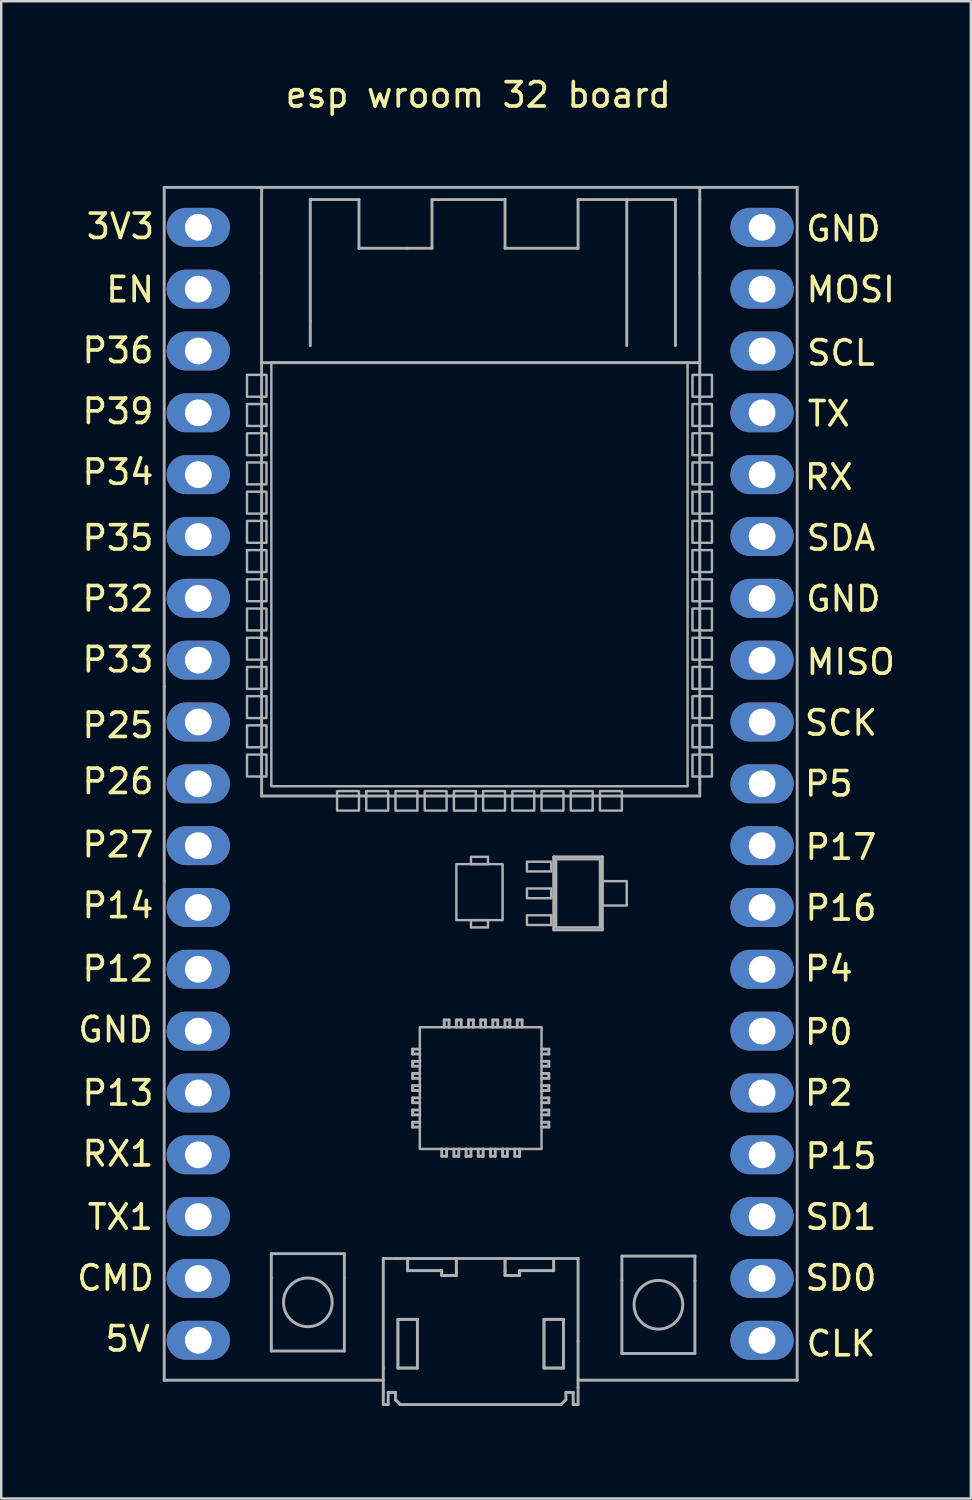
<source format=kicad_pcb>
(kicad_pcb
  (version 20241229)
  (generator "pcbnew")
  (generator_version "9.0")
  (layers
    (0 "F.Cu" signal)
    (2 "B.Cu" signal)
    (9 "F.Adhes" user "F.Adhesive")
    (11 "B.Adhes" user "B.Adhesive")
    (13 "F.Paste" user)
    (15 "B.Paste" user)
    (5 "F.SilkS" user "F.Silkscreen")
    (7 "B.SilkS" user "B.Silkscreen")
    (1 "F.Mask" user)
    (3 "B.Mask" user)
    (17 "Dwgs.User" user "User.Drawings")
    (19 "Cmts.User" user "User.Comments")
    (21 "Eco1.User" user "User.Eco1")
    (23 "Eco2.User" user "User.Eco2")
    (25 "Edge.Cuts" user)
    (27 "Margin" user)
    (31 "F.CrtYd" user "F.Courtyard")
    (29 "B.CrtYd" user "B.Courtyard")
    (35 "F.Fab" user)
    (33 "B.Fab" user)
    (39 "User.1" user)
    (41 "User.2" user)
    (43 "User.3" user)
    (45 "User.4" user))
  (footprint "esp wroom 32 board"
    (layer "F.Cu")
    (at 16.596 28.948)
    (property "Reference" "esp wroom 32 board" (at 0 -28.1 0) (layer "F.SilkS") (effects (font (size 1 1) (thickness 0.15))))
    (attr through_hole)
    (fp_line (start -13.3 -24.6) (end 13.3 -24.6) (stroke (width 0.12) (type solid)) (layer "B.Paste"))
    (fp_line (start -13.3 -24.5) (end -13.3 -24.6) (stroke (width 0.12) (type solid)) (layer "B.Paste"))
    (fp_line (start -13.3 26.5) (end -13.3 -24.5) (stroke (width 0.12) (type solid)) (layer "B.Paste"))
    (fp_line (start 13.3 -24.6) (end 13.4 -24.6) (stroke (width 0.12) (type solid)) (layer "B.Paste"))
    (fp_line (start 13.4 -24.6) (end 13.4 25) (stroke (width 0.12) (type solid)) (layer "B.Paste"))
    (fp_line (start 13.4 25) (end 13.4 25.4) (stroke (width 0.12) (type solid)) (layer "B.Paste"))
    (fp_line (start 13.4 25.4) (end 13.4 25.8) (stroke (width 0.12) (type solid)) (layer "B.Paste"))
    (fp_line (start 13.4 25.8) (end 13.4 26.5) (stroke (width 0.12) (type solid)) (layer "B.Paste"))
    (fp_line (start 13.4 26.5) (end -13.3 26.5) (stroke (width 0.12) (type solid)) (layer "B.Paste"))
    (fp_line (start -12.9 -24.3) (end -12.9 -3.8) (stroke (width 0.12) (type solid)) (layer "F.Fab"))
    (fp_line (start -12.9 -3.8) (end -12.9 4.2) (stroke (width 0.12) (type solid)) (layer "F.Fab"))
    (fp_line (start -12.9 24.7) (end -12.9 4.2) (stroke (width 0.12) (type solid)) (layer "F.Fab"))
    (fp_line (start -12.9 24.7) (end -3.9 24.7) (stroke (width 0.12) (type solid)) (layer "F.Fab"))
    (fp_line (start -8.9 -23.8) (end -8.9 -24.3) (stroke (width 0.12) (type solid)) (layer "F.Fab"))
    (fp_line (start -8.9 -23.8) (end -8.9 -20.8) (stroke (width 0.12) (type solid)) (layer "F.Fab"))
    (fp_line (start -8.9 -20.8) (end -8.9 -0.8) (stroke (width 0.12) (type solid)) (layer "F.Fab"))
    (fp_line (start -8.9 -0.8) (end -8.9 0.7) (stroke (width 0.12) (type solid)) (layer "F.Fab"))
    (fp_line (start -8.9 0.7) (end 9.1 0.7) (stroke (width 0.12) (type solid)) (layer "F.Fab"))
    (fp_line (start -8.5 19.5) (end -8.5 20.5) (stroke (width 0.12) (type solid)) (layer "F.Fab"))
    (fp_line (start -8.5 19.5) (end -5.5 19.5) (stroke (width 0.12) (type solid)) (layer "F.Fab"))
    (fp_line (start -8.5 23.5) (end -8.5 20.5) (stroke (width 0.12) (type solid)) (layer "F.Fab"))
    (fp_line (start -8.4 -17.1) (end -8.9 -17.1) (stroke (width 0.12) (type solid)) (layer "F.Fab"))
    (fp_line (start -8.4 -17.1) (end 9.1 -17.1) (stroke (width 0.12) (type solid)) (layer "F.Fab"))
    (fp_line (start -6.9 -23.8) (end -4.9 -23.8) (stroke (width 0.12) (type solid)) (layer "F.Fab"))
    (fp_line (start -6.9 -18.8) (end -6.9 -23.8) (stroke (width 0.12) (type solid)) (layer "F.Fab"))
    (fp_line (start -6.9 -18.8) (end -6.9 -17.8) (stroke (width 0.12) (type solid)) (layer "F.Fab"))
    (fp_line (start -5.5 19.5) (end -5.5 20.5) (stroke (width 0.12) (type solid)) (layer "F.Fab"))
    (fp_line (start -5.5 20.5) (end -5.5 23.5) (stroke (width 0.12) (type solid)) (layer "F.Fab"))
    (fp_line (start -5.5 23.5) (end -8.5 23.5) (stroke (width 0.12) (type solid)) (layer "F.Fab"))
    (fp_line (start -4.9 -23.8) (end -4.9 -21.8) (stroke (width 0.12) (type solid)) (layer "F.Fab"))
    (fp_line (start -4.9 -21.8) (end -2.9 -21.8) (stroke (width 0.12) (type solid)) (layer "F.Fab"))
    (fp_line (start -3.9 19.7) (end -3.9 24.2) (stroke (width 0.12) (type solid)) (layer "F.Fab"))
    (fp_line (start -3.9 24.2) (end -3.9 25.2) (stroke (width 0.12) (type solid)) (layer "F.Fab"))
    (fp_line (start -3.9 25.7) (end -3.9 25.2) (stroke (width 0.12) (type solid)) (layer "F.Fab"))
    (fp_line (start -3.9 25.7) (end -3.7 25.7) (stroke (width 0.12) (type solid)) (layer "F.Fab"))
    (fp_line (start -3.7 25.2) (end -3.4 25.2) (stroke (width 0.12) (type solid)) (layer "F.Fab"))
    (fp_line (start -3.7 25.7) (end -3.7 25.2) (stroke (width 0.12) (type solid)) (layer "F.Fab"))
    (fp_line (start -3.4 19.7) (end -3.9 19.7) (stroke (width 0.12) (type solid)) (layer "F.Fab"))
    (fp_line (start -3.4 25.2) (end -3.4 25.5) (stroke (width 0.12) (type solid)) (layer "F.Fab"))
    (fp_line (start -3.4 25.5) (end -3.2 25.7) (stroke (width 0.12) (type solid)) (layer "F.Fab"))
    (fp_line (start -3.3 19.7) (end -3.4 19.7) (stroke (width 0.12) (type solid)) (layer "F.Fab"))
    (fp_line (start -3.3 19.7) (end 4.1 19.7) (stroke (width 0.12) (type solid)) (layer "F.Fab"))
    (fp_line (start -3.3 22.2) (end -3.2 22.2) (stroke (width 0.12) (type solid)) (layer "F.Fab"))
    (fp_line (start -3.3 24.2) (end -3.3 22.2) (stroke (width 0.12) (type solid)) (layer "F.Fab"))
    (fp_line (start -3.2 22.2) (end -2.5 22.2) (stroke (width 0.12) (type solid)) (layer "F.Fab"))
    (fp_line (start -2.9 -21.8) (end -1.9 -21.8) (stroke (width 0.12) (type solid)) (layer "F.Fab"))
    (fp_line (start -2.9 19.7) (end -2.9 20.2) (stroke (width 0.12) (type solid)) (layer "F.Fab"))
    (fp_line (start -2.9 20.2) (end -1.5 20.2) (stroke (width 0.12) (type solid)) (layer "F.Fab"))
    (fp_line (start -2.9 25.7) (end -3.2 25.7) (stroke (width 0.12) (type solid)) (layer "F.Fab"))
    (fp_line (start -2.9 25.7) (end 3.4 25.7) (stroke (width 0.12) (type solid)) (layer "F.Fab"))
    (fp_line (start -2.7 11.3) (end -2.7 11.1) (stroke (width 0.12) (type solid)) (layer "F.Fab"))
    (fp_line (start -2.7 11.8) (end -2.7 11.6) (stroke (width 0.12) (type solid)) (layer "F.Fab"))
    (fp_line (start -2.7 12.3) (end -2.7 12.1) (stroke (width 0.12) (type solid)) (layer "F.Fab"))
    (fp_line (start -2.7 12.8) (end -2.7 12.6) (stroke (width 0.12) (type solid)) (layer "F.Fab"))
    (fp_line (start -2.7 13.3) (end -2.7 13.1) (stroke (width 0.12) (type solid)) (layer "F.Fab"))
    (fp_line (start -2.7 13.8) (end -2.7 13.6) (stroke (width 0.12) (type solid)) (layer "F.Fab"))
    (fp_line (start -2.7 14.3) (end -2.7 14.1) (stroke (width 0.12) (type solid)) (layer "F.Fab"))
    (fp_line (start -2.5 22.2) (end -2.5 24.2) (stroke (width 0.12) (type solid)) (layer "F.Fab"))
    (fp_line (start -2.5 24.2) (end -3.3 24.2) (stroke (width 0.12) (type solid)) (layer "F.Fab"))
    (fp_line (start -2.4 11.1) (end -2.7 11.1) (stroke (width 0.12) (type solid)) (layer "F.Fab"))
    (fp_line (start -2.4 11.3) (end -2.7 11.3) (stroke (width 0.12) (type solid)) (layer "F.Fab"))
    (fp_line (start -2.4 11.6) (end -2.7 11.6) (stroke (width 0.12) (type solid)) (layer "F.Fab"))
    (fp_line (start -2.4 11.8) (end -2.7 11.8) (stroke (width 0.12) (type solid)) (layer "F.Fab"))
    (fp_line (start -2.4 12.1) (end -2.7 12.1) (stroke (width 0.12) (type solid)) (layer "F.Fab"))
    (fp_line (start -2.4 12.3) (end -2.7 12.3) (stroke (width 0.12) (type solid)) (layer "F.Fab"))
    (fp_line (start -2.4 12.6) (end -2.7 12.6) (stroke (width 0.12) (type solid)) (layer "F.Fab"))
    (fp_line (start -2.4 12.8) (end -2.7 12.8) (stroke (width 0.12) (type solid)) (layer "F.Fab"))
    (fp_line (start -2.4 13.1) (end -2.7 13.1) (stroke (width 0.12) (type solid)) (layer "F.Fab"))
    (fp_line (start -2.4 13.3) (end -2.7 13.3) (stroke (width 0.12) (type solid)) (layer "F.Fab"))
    (fp_line (start -2.4 13.6) (end -2.7 13.6) (stroke (width 0.12) (type solid)) (layer "F.Fab"))
    (fp_line (start -2.4 13.8) (end -2.7 13.8) (stroke (width 0.12) (type solid)) (layer "F.Fab"))
    (fp_line (start -2.4 14.1) (end -2.7 14.1) (stroke (width 0.12) (type solid)) (layer "F.Fab"))
    (fp_line (start -2.4 14.3) (end -2.7 14.3) (stroke (width 0.12) (type solid)) (layer "F.Fab"))
    (fp_line (start -1.9 -23.8) (end 1.1 -23.8) (stroke (width 0.12) (type solid)) (layer "F.Fab"))
    (fp_line (start -1.9 -21.8) (end -1.9 -23.8) (stroke (width 0.12) (type solid)) (layer "F.Fab"))
    (fp_line (start -1.5 15.2) (end -1.5 15.5) (stroke (width 0.12) (type solid)) (layer "F.Fab"))
    (fp_line (start -1.5 20.2) (end -1.5 20.4) (stroke (width 0.12) (type solid)) (layer "F.Fab"))
    (fp_line (start -1.5 20.4) (end -0.9 20.4) (stroke (width 0.12) (type solid)) (layer "F.Fab"))
    (fp_line (start -1.4 9.9) (end -1.2 9.9) (stroke (width 0.12) (type solid)) (layer "F.Fab"))
    (fp_line (start -1.4 10.2) (end -1.4 9.9) (stroke (width 0.12) (type solid)) (layer "F.Fab"))
    (fp_line (start -1.3 15.2) (end -1.3 15.5) (stroke (width 0.12) (type solid)) (layer "F.Fab"))
    (fp_line (start -1.3 15.5) (end -1.5 15.5) (stroke (width 0.12) (type solid)) (layer "F.Fab"))
    (fp_line (start -1.2 10.2) (end -1.2 9.9) (stroke (width 0.12) (type solid)) (layer "F.Fab"))
    (fp_line (start -1 15.2) (end -1 15.5) (stroke (width 0.12) (type solid)) (layer "F.Fab"))
    (fp_line (start -0.9 9.9) (end -0.7 9.9) (stroke (width 0.12) (type solid)) (layer "F.Fab"))
    (fp_line (start -0.9 10.2) (end -0.9 9.9) (stroke (width 0.12) (type solid)) (layer "F.Fab"))
    (fp_line (start -0.9 20.2) (end -0.9 19.7) (stroke (width 0.12) (type solid)) (layer "F.Fab"))
    (fp_line (start -0.9 20.4) (end -0.9 20.2) (stroke (width 0.12) (type solid)) (layer "F.Fab"))
    (fp_line (start -0.8 15.2) (end -0.8 15.5) (stroke (width 0.12) (type solid)) (layer "F.Fab"))
    (fp_line (start -0.8 15.5) (end -1 15.5) (stroke (width 0.12) (type solid)) (layer "F.Fab"))
    (fp_line (start -0.7 10.2) (end -0.7 9.9) (stroke (width 0.12) (type solid)) (layer "F.Fab"))
    (fp_line (start -0.5 15.2) (end -0.5 15.5) (stroke (width 0.12) (type solid)) (layer "F.Fab"))
    (fp_line (start -0.4 9.9) (end -0.2 9.9) (stroke (width 0.12) (type solid)) (layer "F.Fab"))
    (fp_line (start -0.4 10.2) (end -0.4 9.9) (stroke (width 0.12) (type solid)) (layer "F.Fab"))
    (fp_line (start -0.3 15.2) (end -0.3 15.5) (stroke (width 0.12) (type solid)) (layer "F.Fab"))
    (fp_line (start -0.3 15.5) (end -0.5 15.5) (stroke (width 0.12) (type solid)) (layer "F.Fab"))
    (fp_line (start -0.2 10.2) (end -0.2 9.9) (stroke (width 0.12) (type solid)) (layer "F.Fab"))
    (fp_line (start 0 15.2) (end 0 15.5) (stroke (width 0.12) (type solid)) (layer "F.Fab"))
    (fp_line (start 0.1 9.9) (end 0.3 9.9) (stroke (width 0.12) (type solid)) (layer "F.Fab"))
    (fp_line (start 0.1 10.2) (end 0.1 9.9) (stroke (width 0.12) (type solid)) (layer "F.Fab"))
    (fp_line (start 0.2 15.2) (end 0.2 15.5) (stroke (width 0.12) (type solid)) (layer "F.Fab"))
    (fp_line (start 0.2 15.5) (end 0 15.5) (stroke (width 0.12) (type solid)) (layer "F.Fab"))
    (fp_line (start 0.3 10.2) (end 0.3 9.9) (stroke (width 0.12) (type solid)) (layer "F.Fab"))
    (fp_line (start 0.5 15.2) (end 0.5 15.5) (stroke (width 0.12) (type solid)) (layer "F.Fab"))
    (fp_line (start 0.6 9.9) (end 0.8 9.9) (stroke (width 0.12) (type solid)) (layer "F.Fab"))
    (fp_line (start 0.6 10.2) (end 0.6 9.9) (stroke (width 0.12) (type solid)) (layer "F.Fab"))
    (fp_line (start 0.7 15.2) (end 0.7 15.5) (stroke (width 0.12) (type solid)) (layer "F.Fab"))
    (fp_line (start 0.7 15.5) (end 0.5 15.5) (stroke (width 0.12) (type solid)) (layer "F.Fab"))
    (fp_line (start 0.8 10.2) (end 0.8 9.9) (stroke (width 0.12) (type solid)) (layer "F.Fab"))
    (fp_line (start 1 15.2) (end 1 15.5) (stroke (width 0.12) (type solid)) (layer "F.Fab"))
    (fp_line (start 1.1 -23.8) (end 1.1 -21.8) (stroke (width 0.12) (type solid)) (layer "F.Fab"))
    (fp_line (start 1.1 -21.8) (end 4.1 -21.8) (stroke (width 0.12) (type solid)) (layer "F.Fab"))
    (fp_line (start 1.1 9.9) (end 1.3 9.9) (stroke (width 0.12) (type solid)) (layer "F.Fab"))
    (fp_line (start 1.1 10.2) (end 1.1 9.9) (stroke (width 0.12) (type solid)) (layer "F.Fab"))
    (fp_line (start 1.1 19.7) (end 1.1 20.2) (stroke (width 0.12) (type solid)) (layer "F.Fab"))
    (fp_line (start 1.1 20.2) (end 1.1 20.4) (stroke (width 0.12) (type solid)) (layer "F.Fab"))
    (fp_line (start 1.1 20.4) (end 1.7 20.4) (stroke (width 0.12) (type solid)) (layer "F.Fab"))
    (fp_line (start 1.2 15.2) (end 1.2 15.5) (stroke (width 0.12) (type solid)) (layer "F.Fab"))
    (fp_line (start 1.2 15.5) (end 1 15.5) (stroke (width 0.12) (type solid)) (layer "F.Fab"))
    (fp_line (start 1.3 10.2) (end 1.3 9.9) (stroke (width 0.12) (type solid)) (layer "F.Fab"))
    (fp_line (start 1.5 15.2) (end 1.5 15.5) (stroke (width 0.12) (type solid)) (layer "F.Fab"))
    (fp_line (start 1.6 9.9) (end 1.8 9.9) (stroke (width 0.12) (type solid)) (layer "F.Fab"))
    (fp_line (start 1.6 10.2) (end 1.6 9.9) (stroke (width 0.12) (type solid)) (layer "F.Fab"))
    (fp_line (start 1.7 15.2) (end 1.7 15.5) (stroke (width 0.12) (type solid)) (layer "F.Fab"))
    (fp_line (start 1.7 15.5) (end 1.5 15.5) (stroke (width 0.12) (type solid)) (layer "F.Fab"))
    (fp_line (start 1.7 20.2) (end 3.1 20.2) (stroke (width 0.12) (type solid)) (layer "F.Fab"))
    (fp_line (start 1.7 20.4) (end 1.7 20.2) (stroke (width 0.12) (type solid)) (layer "F.Fab"))
    (fp_line (start 1.8 10.2) (end 1.8 9.9) (stroke (width 0.12) (type solid)) (layer "F.Fab"))
    (fp_line (start 2.6 11.1) (end 2.9 11.1) (stroke (width 0.12) (type solid)) (layer "F.Fab"))
    (fp_line (start 2.6 11.3) (end 2.9 11.3) (stroke (width 0.12) (type solid)) (layer "F.Fab"))
    (fp_line (start 2.6 11.6) (end 2.9 11.6) (stroke (width 0.12) (type solid)) (layer "F.Fab"))
    (fp_line (start 2.6 11.8) (end 2.9 11.8) (stroke (width 0.12) (type solid)) (layer "F.Fab"))
    (fp_line (start 2.6 12.1) (end 2.9 12.1) (stroke (width 0.12) (type solid)) (layer "F.Fab"))
    (fp_line (start 2.6 12.3) (end 2.9 12.3) (stroke (width 0.12) (type solid)) (layer "F.Fab"))
    (fp_line (start 2.6 12.6) (end 2.9 12.6) (stroke (width 0.12) (type solid)) (layer "F.Fab"))
    (fp_line (start 2.6 12.8) (end 2.9 12.8) (stroke (width 0.12) (type solid)) (layer "F.Fab"))
    (fp_line (start 2.6 13.1) (end 2.9 13.1) (stroke (width 0.12) (type solid)) (layer "F.Fab"))
    (fp_line (start 2.6 13.3) (end 2.9 13.3) (stroke (width 0.12) (type solid)) (layer "F.Fab"))
    (fp_line (start 2.6 13.6) (end 2.9 13.6) (stroke (width 0.12) (type solid)) (layer "F.Fab"))
    (fp_line (start 2.6 13.8) (end 2.9 13.8) (stroke (width 0.12) (type solid)) (layer "F.Fab"))
    (fp_line (start 2.6 14.1) (end 2.9 14.1) (stroke (width 0.12) (type solid)) (layer "F.Fab"))
    (fp_line (start 2.6 14.3) (end 2.9 14.3) (stroke (width 0.12) (type solid)) (layer "F.Fab"))
    (fp_line (start 2.7 22.2) (end 2.8 22.2) (stroke (width 0.12) (type solid)) (layer "F.Fab"))
    (fp_line (start 2.7 24.2) (end 2.7 22.2) (stroke (width 0.12) (type solid)) (layer "F.Fab"))
    (fp_line (start 2.8 22.2) (end 3.5 22.2) (stroke (width 0.12) (type solid)) (layer "F.Fab"))
    (fp_line (start 2.9 11.1) (end 2.9 11.3) (stroke (width 0.12) (type solid)) (layer "F.Fab"))
    (fp_line (start 2.9 11.6) (end 2.9 11.8) (stroke (width 0.12) (type solid)) (layer "F.Fab"))
    (fp_line (start 2.9 12.1) (end 2.9 12.3) (stroke (width 0.12) (type solid)) (layer "F.Fab"))
    (fp_line (start 2.9 12.6) (end 2.9 12.8) (stroke (width 0.12) (type solid)) (layer "F.Fab"))
    (fp_line (start 2.9 13.1) (end 2.9 13.3) (stroke (width 0.12) (type solid)) (layer "F.Fab"))
    (fp_line (start 2.9 13.6) (end 2.9 13.8) (stroke (width 0.12) (type solid)) (layer "F.Fab"))
    (fp_line (start 2.9 14.1) (end 2.9 14.3) (stroke (width 0.12) (type solid)) (layer "F.Fab"))
    (fp_line (start 3.1 3.2) (end 5.1 3.2) (stroke (width 0.12) (type solid)) (layer "F.Fab"))
    (fp_line (start 3.1 6.2) (end 3.1 3.2) (stroke (width 0.12) (type solid)) (layer "F.Fab"))
    (fp_line (start 3.1 20.2) (end 3.1 19.7) (stroke (width 0.12) (type solid)) (layer "F.Fab"))
    (fp_line (start 3.5 22.2) (end 3.5 24.2) (stroke (width 0.12) (type solid)) (layer "F.Fab"))
    (fp_line (start 3.5 24.2) (end 2.7 24.2) (stroke (width 0.12) (type solid)) (layer "F.Fab"))
    (fp_line (start 3.6 25.2) (end 3.6 25.5) (stroke (width 0.12) (type solid)) (layer "F.Fab"))
    (fp_line (start 3.6 25.5) (end 3.4 25.7) (stroke (width 0.12) (type solid)) (layer "F.Fab"))
    (fp_line (start 3.9 25.2) (end 3.6 25.2) (stroke (width 0.12) (type solid)) (layer "F.Fab"))
    (fp_line (start 3.9 25.7) (end 3.9 25.2) (stroke (width 0.12) (type solid)) (layer "F.Fab"))
    (fp_line (start 4.1 -23.8) (end 6.1 -23.8) (stroke (width 0.12) (type solid)) (layer "F.Fab"))
    (fp_line (start 4.1 -21.8) (end 4.1 -23.8) (stroke (width 0.12) (type solid)) (layer "F.Fab"))
    (fp_line (start 4.1 19.7) (end 4.1 23.1) (stroke (width 0.12) (type solid)) (layer "F.Fab"))
    (fp_line (start 4.1 23.1) (end 4.1 25) (stroke (width 0.12) (type solid)) (layer "F.Fab"))
    (fp_line (start 4.1 25.7) (end 3.9 25.7) (stroke (width 0.12) (type solid)) (layer "F.Fab"))
    (fp_line (start 4.1 25.7) (end 4.1 25) (stroke (width 0.12) (type solid)) (layer "F.Fab"))
    (fp_line (start 5.1 3.2) (end 5.1 6.2) (stroke (width 0.12) (type solid)) (layer "F.Fab"))
    (fp_line (start 5.1 6.2) (end 3.1 6.2) (stroke (width 0.12) (type solid)) (layer "F.Fab"))
    (fp_line (start 5.9 19.6) (end 5.9 20.6) (stroke (width 0.12) (type solid)) (layer "F.Fab"))
    (fp_line (start 5.9 19.6) (end 8.9 19.6) (stroke (width 0.12) (type solid)) (layer "F.Fab"))
    (fp_line (start 5.9 23.6) (end 5.9 20.6) (stroke (width 0.12) (type solid)) (layer "F.Fab"))
    (fp_line (start 6.1 -23.8) (end 6.1 -17.8) (stroke (width 0.12) (type solid)) (layer "F.Fab"))
    (fp_line (start 6.1 -23.8) (end 8.1 -23.8) (stroke (width 0.12) (type solid)) (layer "F.Fab"))
    (fp_line (start 8.1 -23.8) (end 8.1 -17.8) (stroke (width 0.12) (type solid)) (layer "F.Fab"))
    (fp_line (start 8.9 19.6) (end 8.9 20.6) (stroke (width 0.12) (type solid)) (layer "F.Fab"))
    (fp_line (start 8.9 20.6) (end 8.9 23.6) (stroke (width 0.12) (type solid)) (layer "F.Fab"))
    (fp_line (start 8.9 23.6) (end 5.9 23.6) (stroke (width 0.12) (type solid)) (layer "F.Fab"))
    (fp_line (start 9.1 -24.3) (end 9.1 -23.8) (stroke (width 0.12) (type solid)) (layer "F.Fab"))
    (fp_line (start 9.1 -23.8) (end 9.1 -20.8) (stroke (width 0.12) (type solid)) (layer "F.Fab"))
    (fp_line (start 9.1 -20.8) (end 9.1 0.2) (stroke (width 0.12) (type solid)) (layer "F.Fab"))
    (fp_line (start 9.1 0.2) (end 9.1 0.7) (stroke (width 0.12) (type solid)) (layer "F.Fab"))
    (fp_line (start 13.1 -24.3) (end -12.9 -24.3) (stroke (width 0.12) (type solid)) (layer "F.Fab"))
    (fp_line (start 13.1 24.7) (end 4.1 24.7) (stroke (width 0.12) (type solid)) (layer "F.Fab"))
    (fp_line (start 13.1 24.7) (end 13.1 -24.3) (stroke (width 0.12) (type solid)) (layer "F.Fab"))
    (fp_circle (center -7 21.5) (end -7 22.5) (stroke (width 0.12) (type solid)) (fill no) (layer "F.Fab"))
    (fp_circle (center 7.4 21.6) (end 7.4 22.6) (stroke (width 0.12) (type solid)) (fill no) (layer "F.Fab"))
    (fp_poly (pts (xy -8.7 -15.7) (xy -9.5 -15.7) (xy -9.5 -16.6) (xy -8.7 -16.6)) (stroke (width 0.1) (type solid)) (fill no) (layer "F.Fab"))
    (fp_poly (pts (xy -8.7 -14.5) (xy -9.5 -14.5) (xy -9.5 -15.4) (xy -8.7 -15.4)) (stroke (width 0.1) (type solid)) (fill no) (layer "F.Fab"))
    (fp_poly (pts (xy -8.7 -13.3) (xy -9.5 -13.3) (xy -9.5 -14.2) (xy -8.7 -14.2)) (stroke (width 0.1) (type solid)) (fill no) (layer "F.Fab"))
    (fp_poly (pts (xy -8.7 -12.1) (xy -9.5 -12.1) (xy -9.5 -13) (xy -8.7 -13)) (stroke (width 0.1) (type solid)) (fill no) (layer "F.Fab"))
    (fp_poly (pts (xy -8.7 -10.9) (xy -9.5 -10.9) (xy -9.5 -11.8) (xy -8.7 -11.8)) (stroke (width 0.1) (type solid)) (fill no) (layer "F.Fab"))
    (fp_poly (pts (xy -8.7 -9.7) (xy -9.5 -9.7) (xy -9.5 -10.6) (xy -8.7 -10.6)) (stroke (width 0.1) (type solid)) (fill no) (layer "F.Fab"))
    (fp_poly (pts (xy -8.7 -8.5) (xy -9.5 -8.5) (xy -9.5 -9.4) (xy -8.7 -9.4)) (stroke (width 0.1) (type solid)) (fill no) (layer "F.Fab"))
    (fp_poly (pts (xy -8.7 -7.3) (xy -9.5 -7.3) (xy -9.5 -8.2) (xy -8.7 -8.2)) (stroke (width 0.1) (type solid)) (fill no) (layer "F.Fab"))
    (fp_poly (pts (xy -8.7 -6.1) (xy -9.5 -6.1) (xy -9.5 -7) (xy -8.7 -7)) (stroke (width 0.1) (type solid)) (fill no) (layer "F.Fab"))
    (fp_poly (pts (xy -8.7 -4.9) (xy -9.5 -4.9) (xy -9.5 -5.8) (xy -8.7 -5.8)) (stroke (width 0.1) (type solid)) (fill no) (layer "F.Fab"))
    (fp_poly (pts (xy -8.7 -3.7) (xy -9.5 -3.7) (xy -9.5 -4.6) (xy -8.7 -4.6)) (stroke (width 0.1) (type solid)) (fill no) (layer "F.Fab"))
    (fp_poly (pts (xy -8.7 -2.5) (xy -9.5 -2.5) (xy -9.5 -3.4) (xy -8.7 -3.4)) (stroke (width 0.1) (type solid)) (fill no) (layer "F.Fab"))
    (fp_poly (pts (xy -8.7 -1.3) (xy -9.5 -1.3) (xy -9.5 -2.2) (xy -8.7 -2.2)) (stroke (width 0.1) (type solid)) (fill no) (layer "F.Fab"))
    (fp_poly (pts (xy -8.7 -0.1) (xy -9.5 -0.1) (xy -9.5 -1) (xy -8.7 -1)) (stroke (width 0.1) (type solid)) (fill no) (layer "F.Fab"))
    (fp_poly (pts (xy -4.9 0.5) (xy -4.9 1.3) (xy -5.8 1.3) (xy -5.8 0.5)) (stroke (width 0.1) (type solid)) (fill no) (layer "F.Fab"))
    (fp_poly (pts (xy -3.7 0.5) (xy -3.7 1.3) (xy -4.6 1.3) (xy -4.6 0.5)) (stroke (width 0.1) (type solid)) (fill no) (layer "F.Fab"))
    (fp_poly (pts (xy -2.5 0.5) (xy -2.5 1.3) (xy -3.4 1.3) (xy -3.4 0.5)) (stroke (width 0.1) (type solid)) (fill no) (layer "F.Fab"))
    (fp_poly (pts (xy -2.5 24.2) (xy -3.3 24.2) (xy -3.3 22.2) (xy -2.5 22.2)) (stroke (width 0.1) (type solid)) (fill no) (layer "F.Fab"))
    (fp_poly (pts (xy -1.3 0.5) (xy -1.3 1.3) (xy -2.2 1.3) (xy -2.2 0.5)) (stroke (width 0.1) (type solid)) (fill no) (layer "F.Fab"))
    (fp_poly (pts (xy -0.1 0.5) (xy -0.1 1.3) (xy -1 1.3) (xy -1 0.5)) (stroke (width 0.1) (type solid)) (fill no) (layer "F.Fab"))
    (fp_poly (pts (xy 0.4 3.5) (xy -0.3 3.5) (xy -0.3 3.2) (xy 0.4 3.2)) (stroke (width 0.1) (type solid)) (fill no) (layer "F.Fab"))
    (fp_poly (pts (xy 0.4 6.1) (xy -0.3 6.1) (xy -0.3 5.8) (xy 0.4 5.8)) (stroke (width 0.1) (type solid)) (fill no) (layer "F.Fab"))
    (fp_poly (pts (xy 1 5.8) (xy -0.9 5.8) (xy -0.9 3.5) (xy 1 3.5)) (stroke (width 0.1) (type solid)) (fill no) (layer "F.Fab"))
    (fp_poly (pts (xy 1.1 0.5) (xy 1.1 1.3) (xy 0.2 1.3) (xy 0.2 0.5)) (stroke (width 0.1) (type solid)) (fill no) (layer "F.Fab"))
    (fp_poly (pts (xy 2.3 0.5) (xy 2.3 1.3) (xy 1.4 1.3) (xy 1.4 0.5)) (stroke (width 0.1) (type solid)) (fill no) (layer "F.Fab"))
    (fp_poly (pts (xy 2.6 15.2) (xy -2.4 15.2) (xy -2.4 10.2) (xy 2.6 10.2)) (stroke (width 0.1) (type solid)) (fill no) (layer "F.Fab"))
    (fp_poly (pts (xy 3 3.8) (xy 2 3.8) (xy 2 3.4) (xy 3 3.4)) (stroke (width 0.1) (type solid)) (fill no) (layer "F.Fab"))
    (fp_poly (pts (xy 3 4.9) (xy 2 4.9) (xy 2 4.5) (xy 3 4.5)) (stroke (width 0.1) (type solid)) (fill no) (layer "F.Fab"))
    (fp_poly (pts (xy 3 6) (xy 2 6) (xy 2 5.6) (xy 3 5.6)) (stroke (width 0.1) (type solid)) (fill no) (layer "F.Fab"))
    (fp_poly (pts (xy 3.5 0.5) (xy 3.5 1.3) (xy 2.6 1.3) (xy 2.6 0.5)) (stroke (width 0.1) (type solid)) (fill no) (layer "F.Fab"))
    (fp_poly (pts (xy 3.5 24.2) (xy 2.7 24.2) (xy 2.7 22.2) (xy 3.5 22.2)) (stroke (width 0.1) (type solid)) (fill no) (layer "F.Fab"))
    (fp_poly (pts (xy 4.7 0.5) (xy 4.7 1.3) (xy 3.8 1.3) (xy 3.8 0.5)) (stroke (width 0.1) (type solid)) (fill no) (layer "F.Fab"))
    (fp_poly (pts (xy 5 6.1) (xy 3.2 6.1) (xy 3.2 3.3) (xy 5 3.3)) (stroke (width 0.1) (type solid)) (fill no) (layer "F.Fab"))
    (fp_poly (pts (xy 5.9 0.5) (xy 5.9 1.3) (xy 5 1.3) (xy 5 0.5)) (stroke (width 0.1) (type solid)) (fill no) (layer "F.Fab"))
    (fp_poly (pts (xy 6.1 5.2) (xy 5.1 5.2) (xy 5.1 4.2) (xy 6.1 4.2)) (stroke (width 0.1) (type solid)) (fill no) (layer "F.Fab"))
    (fp_poly (pts (xy 8.6 0.3) (xy -8.5 0.3) (xy -8.5 -17.1) (xy 8.6 -17.1)) (stroke (width 0.1) (type solid)) (fill no) (layer "F.Fab"))
    (fp_poly (pts (xy 9.6 -15.7) (xy 8.8 -15.7) (xy 8.8 -16.6) (xy 9.6 -16.6)) (stroke (width 0.1) (type solid)) (fill no) (layer "F.Fab"))
    (fp_poly (pts (xy 9.6 -14.5) (xy 8.8 -14.5) (xy 8.8 -15.4) (xy 9.6 -15.4)) (stroke (width 0.1) (type solid)) (fill no) (layer "F.Fab"))
    (fp_poly (pts (xy 9.6 -13.3) (xy 8.8 -13.3) (xy 8.8 -14.2) (xy 9.6 -14.2)) (stroke (width 0.1) (type solid)) (fill no) (layer "F.Fab"))
    (fp_poly (pts (xy 9.6 -12.1) (xy 8.8 -12.1) (xy 8.8 -13) (xy 9.6 -13)) (stroke (width 0.1) (type solid)) (fill no) (layer "F.Fab"))
    (fp_poly (pts (xy 9.6 -10.9) (xy 8.8 -10.9) (xy 8.8 -11.8) (xy 9.6 -11.8)) (stroke (width 0.1) (type solid)) (fill no) (layer "F.Fab"))
    (fp_poly (pts (xy 9.6 -9.7) (xy 8.8 -9.7) (xy 8.8 -10.6) (xy 9.6 -10.6)) (stroke (width 0.1) (type solid)) (fill no) (layer "F.Fab"))
    (fp_poly (pts (xy 9.6 -8.5) (xy 8.8 -8.5) (xy 8.8 -9.4) (xy 9.6 -9.4)) (stroke (width 0.1) (type solid)) (fill no) (layer "F.Fab"))
    (fp_poly (pts (xy 9.6 -7.3) (xy 8.8 -7.3) (xy 8.8 -8.2) (xy 9.6 -8.2)) (stroke (width 0.1) (type solid)) (fill no) (layer "F.Fab"))
    (fp_poly (pts (xy 9.6 -6.1) (xy 8.8 -6.1) (xy 8.8 -7) (xy 9.6 -7)) (stroke (width 0.1) (type solid)) (fill no) (layer "F.Fab"))
    (fp_poly (pts (xy 9.6 -4.9) (xy 8.8 -4.9) (xy 8.8 -5.8) (xy 9.6 -5.8)) (stroke (width 0.1) (type solid)) (fill no) (layer "F.Fab"))
    (fp_poly (pts (xy 9.6 -3.7) (xy 8.8 -3.7) (xy 8.8 -4.6) (xy 9.6 -4.6)) (stroke (width 0.1) (type solid)) (fill no) (layer "F.Fab"))
    (fp_poly (pts (xy 9.6 -2.5) (xy 8.8 -2.5) (xy 8.8 -3.4) (xy 9.6 -3.4)) (stroke (width 0.1) (type solid)) (fill no) (layer "F.Fab"))
    (fp_poly (pts (xy 9.6 -1.3) (xy 8.8 -1.3) (xy 8.8 -2.2) (xy 9.6 -2.2)) (stroke (width 0.1) (type solid)) (fill no) (layer "F.Fab"))
    (fp_poly (pts (xy 9.6 -0.1) (xy 8.8 -0.1) (xy 8.8 -1) (xy 9.6 -1)) (stroke (width 0.1) (type solid)) (fill no) (layer "F.Fab"))
    (fp_poly (pts (xy -0.9 20.4) (xy -1.5 20.4) (xy -1.5 20.2) (xy -2.9 20.2) (xy -2.9 19.7) (xy -0.9 19.7)) (stroke (width 0.1) (type solid)) (fill no) (layer "F.Fab"))
    (fp_poly (pts (xy 3.1 20.2) (xy 1.7 20.2) (xy 1.7 20.4) (xy 1.1 20.4) (xy 1.1 19.7) (xy 3.1 19.7)) (stroke (width 0.1) (type solid)) (fill no) (layer "F.Fab"))
    (fp_text user "P2" (at 14.4 12.9 0) (layer "F.SilkS") (effects (font (size 1 1) (thickness 0.15))))
    (fp_text user "GND" (at -14.9 10.3 0) (layer "F.SilkS") (effects (font (size 1 1) (thickness 0.15))))
    (fp_text user "P35" (at -14.8 -9.9 0) (layer "F.SilkS") (effects (font (size 1 1) (thickness 0.15))))
    (fp_text user "P27" (at -14.8 2.7 0) (layer "F.SilkS") (effects (font (size 1 1) (thickness 0.15))))
    (fp_text user "GND" (at 15 -7.4 0) (layer "F.SilkS") (effects (font (size 1 1) (thickness 0.15))))
    (fp_text user "P25" (at -14.8 -2.2 0) (layer "F.SilkS") (effects (font (size 1 1) (thickness 0.15))))
    (fp_text user "P17" (at 14.9 2.8 0) (layer "F.SilkS") (effects (font (size 1 1) (thickness 0.15))))
    (fp_text user "5V" (at -14.4 23 0) (layer "F.SilkS") (effects (font (size 1 1) (thickness 0.15))))
    (fp_text user "MOSI" (at 15.3 -20.1 0) (layer "F.SilkS") (effects (font (size 1 1) (thickness 0.15))))
    (fp_text user "MISO" (at 15.3 -4.8 0) (layer "F.SilkS") (effects (font (size 1 1) (thickness 0.15))))
    (fp_text user "P14" (at -14.8 5.2 0) (layer "F.SilkS") (effects (font (size 1 1) (thickness 0.15))))
    (fp_text user "TX1" (at -14.7 18 0) (layer "F.SilkS") (effects (font (size 1 1) (thickness 0.15))))
    (fp_text user "P26" (at -14.8 0.1 0) (layer "F.SilkS") (effects (font (size 1 1) (thickness 0.15))))
    (fp_text user "P16" (at 14.9 5.3 0) (layer "F.SilkS") (effects (font (size 1 1) (thickness 0.15))))
    (fp_text user "EN" (at -14.3 -20.1 0) (layer "F.SilkS") (effects (font (size 1 1) (thickness 0.15))))
    (fp_text user "P13" (at -14.8 12.9 0) (layer "F.SilkS") (effects (font (size 1 1) (thickness 0.15))))
    (fp_text user "P32" (at -14.8 -7.4 0) (layer "F.SilkS") (effects (font (size 1 1) (thickness 0.15))))
    (fp_text user "P34" (at -14.8 -12.6 0) (layer "F.SilkS") (effects (font (size 1 1) (thickness 0.15))))
    (fp_text user "P39" (at -14.8 -15.1 0) (layer "F.SilkS") (effects (font (size 1 1) (thickness 0.15))))
    (fp_text user "P36" (at -14.8 -17.6 0) (layer "F.SilkS") (effects (font (size 1 1) (thickness 0.15))))
    (fp_text user "P33" (at -14.8 -4.9 0) (layer "F.SilkS") (effects (font (size 1 1) (thickness 0.15))))
    (fp_text user "RX" (at 14.4 -12.4 0) (layer "F.SilkS") (effects (font (size 1 1) (thickness 0.15))))
    (fp_text user "CLK" (at 14.9 23.2 0) (layer "F.SilkS") (effects (font (size 1 1) (thickness 0.15))))
    (fp_text user "SCL" (at 14.9 -17.5 0) (layer "F.SilkS") (effects (font (size 1 1) (thickness 0.15))))
    (fp_text user "P15" (at 14.9 15.5 0) (layer "F.SilkS") (effects (font (size 1 1) (thickness 0.15))))
    (fp_text user "SD0" (at 14.9 20.5 0) (layer "F.SilkS") (effects (font (size 1 1) (thickness 0.15))))
    (fp_text user "RX1" (at -14.8 15.4 0) (layer "F.SilkS") (effects (font (size 1 1) (thickness 0.15))))
    (fp_text user "P5" (at 14.4 0.2 0) (layer "F.SilkS") (effects (font (size 1 1) (thickness 0.15))))
    (fp_text user "SD1" (at 14.9 18 0) (layer "F.SilkS") (effects (font (size 1 1) (thickness 0.15))))
    (fp_text user "CMD" (at -14.9 20.5 0) (layer "F.SilkS") (effects (font (size 1 1) (thickness 0.15))))
    (fp_text user "TX" (at 14.4 -15 0) (layer "F.SilkS") (effects (font (size 1 1) (thickness 0.15))))
    (fp_text user "3V3" (at -14.7 -22.7 180) (layer "F.SilkS") (effects (font (size 1 1) (thickness 0.15))))
    (fp_text user "P4" (at 14.4 7.8 0) (layer "F.SilkS") (effects (font (size 1 1) (thickness 0.15))))
    (fp_text user "GND" (at 15 -22.6 0) (layer "F.SilkS") (effects (font (size 1 1) (thickness 0.15))))
    (fp_text user "SDA" (at 14.9 -9.9 0) (layer "F.SilkS") (effects (font (size 1 1) (thickness 0.15))))
    (fp_text user "P0" (at 14.4 10.4 0) (layer "F.SilkS") (effects (font (size 1 1) (thickness 0.15))))
    (fp_text user "P12" (at -14.8 7.8 0) (layer "F.SilkS") (effects (font (size 1 1) (thickness 0.15))))
    (fp_text user "SCK" (at 14.9 -2.3 0) (layer "F.SilkS") (effects (font (size 1 1) (thickness 0.15))))
    (pad "1" thru_hole oval (at -11.5 -22.66) (size 2.6 1.6) (drill 1.1) (layers "*.Cu" "*.Mask"))
    (pad "2" thru_hole oval (at -11.5 -20.12) (size 2.6 1.6) (drill 1.1) (layers "*.Cu" "*.Mask"))
    (pad "3" thru_hole oval (at -11.5 -17.58) (size 2.6 1.6) (drill 1.1) (layers "*.Cu" "*.Mask"))
    (pad "4" thru_hole oval (at -11.5 -15.04) (size 2.6 1.6) (drill 1.1) (layers "*.Cu" "*.Mask"))
    (pad "5" thru_hole oval (at -11.5 -12.5) (size 2.6 1.6) (drill 1.1) (layers "*.Cu" "*.Mask"))
    (pad "6" thru_hole oval (at -11.5 -9.96) (size 2.6 1.6) (drill 1.1) (layers "*.Cu" "*.Mask"))
    (pad "7" thru_hole oval (at -11.5 -7.42) (size 2.6 1.6) (drill 1.1) (layers "*.Cu" "*.Mask"))
    (pad "8" thru_hole oval (at -11.5 -4.88) (size 2.6 1.6) (drill 1.1) (layers "*.Cu" "*.Mask"))
    (pad "9" thru_hole oval (at -11.5 -2.34) (size 2.6 1.6) (drill 1.1) (layers "*.Cu" "*.Mask"))
    (pad "10" thru_hole oval (at -11.5 0.2) (size 2.6 1.6) (drill 1.1) (layers "*.Cu" "*.Mask"))
    (pad "11" thru_hole oval (at -11.5 2.74) (size 2.6 1.6) (drill 1.1) (layers "*.Cu" "*.Mask"))
    (pad "12" thru_hole oval (at -11.5 5.28) (size 2.6 1.6) (drill 1.1) (layers "*.Cu" "*.Mask"))
    (pad "13" thru_hole oval (at -11.5 7.82) (size 2.6 1.6) (drill 1.1) (layers "*.Cu" "*.Mask"))
    (pad "14" thru_hole oval (at -11.5 10.36) (size 2.6 1.6) (drill 1.1) (layers "*.Cu" "*.Mask"))
    (pad "15" thru_hole oval (at -11.5 12.9) (size 2.6 1.6) (drill 1.1) (layers "*.Cu" "*.Mask"))
    (pad "16" thru_hole oval (at -11.5 15.44) (size 2.6 1.6) (drill 1.1) (layers "*.Cu" "*.Mask"))
    (pad "17" thru_hole oval (at -11.5 17.98) (size 2.6 1.6) (drill 1.1) (layers "*.Cu" "*.Mask"))
    (pad "18" thru_hole oval (at -11.5 20.52) (size 2.6 1.6) (drill 1.1) (layers "*.Cu" "*.Mask"))
    (pad "19" thru_hole oval (at -11.5 23.06) (size 2.6 1.6) (drill 1.1) (layers "*.Cu" "*.Mask"))
    (pad "20" thru_hole oval (at 11.66 23.06) (size 2.6 1.6) (drill 1.1) (layers "*.Cu" "*.Mask"))
    (pad "21" thru_hole oval (at 11.66 20.52) (size 2.6 1.6) (drill 1.1) (layers "*.Cu" "*.Mask"))
    (pad "22" thru_hole oval (at 11.66 17.98) (size 2.6 1.6) (drill 1.1) (layers "*.Cu" "*.Mask"))
    (pad "23" thru_hole oval (at 11.66 15.44) (size 2.6 1.6) (drill 1.1) (layers "*.Cu" "*.Mask"))
    (pad "24" thru_hole oval (at 11.66 12.9) (size 2.6 1.6) (drill 1.1) (layers "*.Cu" "*.Mask"))
    (pad "25" thru_hole oval (at 11.66 10.36) (size 2.6 1.6) (drill 1.1) (layers "*.Cu" "*.Mask"))
    (pad "26" thru_hole oval (at 11.66 7.82) (size 2.6 1.6) (drill 1.1) (layers "*.Cu" "*.Mask"))
    (pad "27" thru_hole oval (at 11.66 5.28) (size 2.6 1.6) (drill 1.1) (layers "*.Cu" "*.Mask"))
    (pad "28" thru_hole oval (at 11.66 2.74) (size 2.6 1.6) (drill 1.1) (layers "*.Cu" "*.Mask"))
    (pad "29" thru_hole oval (at 11.66 0.2) (size 2.6 1.6) (drill 1.1) (layers "*.Cu" "*.Mask"))
    (pad "30" thru_hole oval (at 11.66 -2.34) (size 2.6 1.6) (drill 1.1) (layers "*.Cu" "*.Mask"))
    (pad "31" thru_hole oval (at 11.66 -4.88) (size 2.6 1.6) (drill 1.1) (layers "*.Cu" "*.Mask"))
    (pad "32" thru_hole oval (at 11.66 -7.42) (size 2.6 1.6) (drill 1.1) (layers "*.Cu" "*.Mask"))
    (pad "33" thru_hole oval (at 11.66 -9.96) (size 2.6 1.6) (drill 1.1) (layers "*.Cu" "*.Mask"))
    (pad "34" thru_hole oval (at 11.66 -12.5) (size 2.6 1.6) (drill 1.1) (layers "*.Cu" "*.Mask"))
    (pad "35" thru_hole oval (at 11.66 -15.04) (size 2.6 1.6) (drill 1.1) (layers "*.Cu" "*.Mask"))
    (pad "36" thru_hole oval (at 11.66 -17.58) (size 2.6 1.6) (drill 1.1) (layers "*.Cu" "*.Mask"))
    (pad "37" thru_hole oval (at 11.66 -20.12) (size 2.6 1.6) (drill 1.1) (layers "*.Cu" "*.Mask"))
    (pad "38" thru_hole oval (at 11.66 -22.66) (size 2.6 1.6) (drill 1.1) (layers "*.Cu" "*.Mask")))
  (gr_rect
    (start -3 -3)
    (end 36.831 58.508)
    (stroke (width 0.1) (type default))
    (fill no)
    (layer "Edge.Cuts")))
</source>
